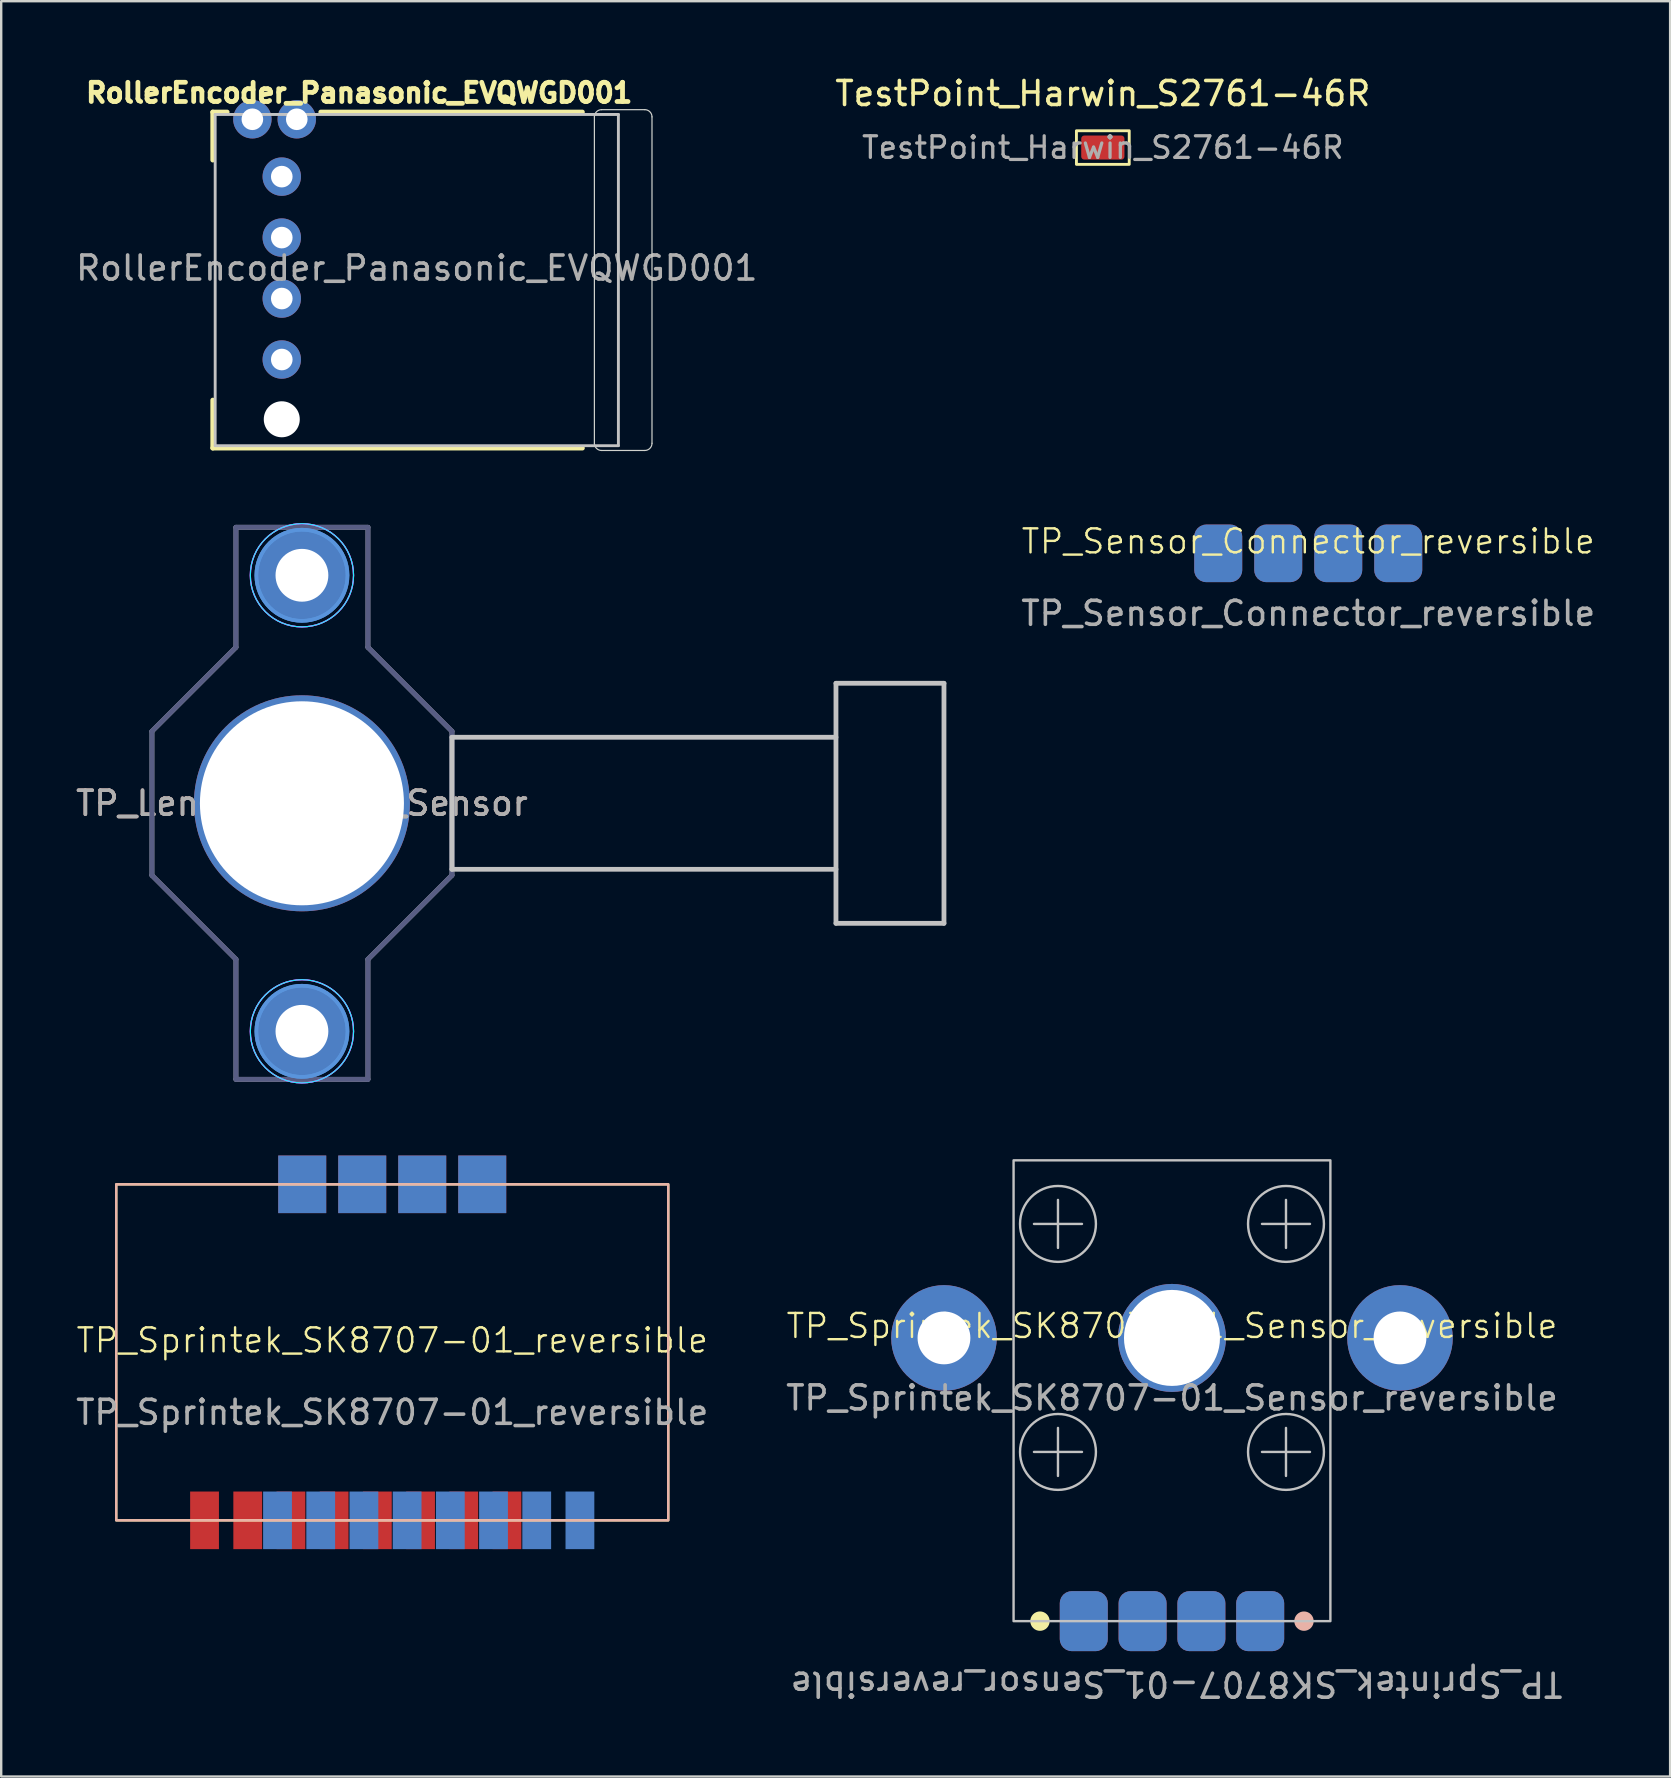
<source format=kicad_pcb>
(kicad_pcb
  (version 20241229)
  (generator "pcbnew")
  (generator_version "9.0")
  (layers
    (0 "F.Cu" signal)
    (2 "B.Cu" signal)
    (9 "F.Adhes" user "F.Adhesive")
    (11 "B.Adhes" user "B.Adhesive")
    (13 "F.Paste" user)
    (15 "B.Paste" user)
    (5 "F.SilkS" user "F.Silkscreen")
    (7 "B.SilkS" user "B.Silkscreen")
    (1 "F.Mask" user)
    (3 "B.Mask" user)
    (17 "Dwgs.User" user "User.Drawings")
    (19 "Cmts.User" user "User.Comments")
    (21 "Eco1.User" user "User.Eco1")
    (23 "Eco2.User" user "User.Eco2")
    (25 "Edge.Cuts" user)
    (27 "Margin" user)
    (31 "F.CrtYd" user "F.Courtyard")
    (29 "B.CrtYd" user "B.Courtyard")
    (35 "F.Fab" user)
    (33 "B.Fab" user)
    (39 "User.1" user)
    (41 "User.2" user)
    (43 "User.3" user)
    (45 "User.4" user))
  (footprint "TP_Sprintek_SK8707-01_Sensor_reversible"
    (layer "F.Cu")
    (at 45.78 52.694)
    (property "Reference" "TP_Sprintek_SK8707-01_Sensor_reversible" (at 0 -0.5 0) (unlocked yes) (layer "F.SilkS") (effects (font (size 1 1) (thickness 0.1))))
    (attr smd)
    (fp_circle (center -5.5 11.8) (end -5.146 11.8) (stroke (width 0.1) (type solid)) (fill yes) (layer "F.SilkS"))
    (fp_circle (center 5.5 11.8) (end 5.854 11.8) (stroke (width 0.1) (type solid)) (fill yes) (layer "B.SilkS"))
    (fp_line (start -5.75 -4.75) (end -3.75 -4.75) (stroke (width 0.1) (type default)) (layer "Dwgs.User"))
    (fp_line (start -5.75 4.75) (end -3.75 4.75) (stroke (width 0.1) (type default)) (layer "Dwgs.User"))
    (fp_line (start -4.75 -5.75) (end -4.75 -3.75) (stroke (width 0.1) (type default)) (layer "Dwgs.User"))
    (fp_line (start -4.75 3.75) (end -4.75 5.75) (stroke (width 0.1) (type default)) (layer "Dwgs.User"))
    (fp_line (start 3.75 -4.75) (end 5.75 -4.75) (stroke (width 0.1) (type default)) (layer "Dwgs.User"))
    (fp_line (start 3.75 4.75) (end 5.75 4.75) (stroke (width 0.1) (type default)) (layer "Dwgs.User"))
    (fp_line (start 4.75 -5.75) (end 4.75 -3.75) (stroke (width 0.1) (type default)) (layer "Dwgs.User"))
    (fp_line (start 4.75 3.75) (end 4.75 5.75) (stroke (width 0.1) (type default)) (layer "Dwgs.User"))
    (fp_rect (start -6.6 -7.4) (end 6.6 11.8) (stroke (width 0.1) (type default)) (fill no) (layer "Dwgs.User"))
    (fp_rect (start -1.2 -1.2) (end 1.2 1.2) (stroke (width 0.1) (type solid)) (fill no) (layer "Dwgs.User"))
    (fp_circle (center -4.75 -4.75) (end -3.25 -5.25) (stroke (width 0.1) (type default)) (fill no) (layer "Dwgs.User"))
    (fp_circle (center -4.75 4.75) (end -3.25 4.25) (stroke (width 0.1) (type default)) (fill no) (layer "Dwgs.User"))
    (fp_circle (center 4.75 -4.75) (end 6.25 -5.25) (stroke (width 0.1) (type default)) (fill no) (layer "Dwgs.User"))
    (fp_circle (center 4.75 4.75) (end 6.25 4.25) (stroke (width 0.1) (type default)) (fill no) (layer "Dwgs.User"))
    (fp_rect (start -11.5 -7.55) (end 11.5 4.75) (stroke (width 0.1) (type default)) (fill no) (layer "User.1"))
    (fp_text user "${REFERENCE}" (at 0 2.5 0) (unlocked yes) (layer "F.Fab") (effects (font (size 1 1) (thickness 0.15))))
    (fp_text user "${REFERENCE}" (at 0.19 14.425 180) (unlocked yes) (layer "F.Fab") (effects (font (size 1 1) (thickness 0.15))))
    (pad "" np_thru_hole circle (at 0 0) (size 4.5 4.5) (drill 4) (layers "*.Cu" "*.Mask"))
    (pad "1" smd roundrect (at -3.675 11.8 270) (size 2.5 2) (layers "F.Cu" "F.Mask" "F.Paste") (roundrect_rratio 0.25))
    (pad "1" smd roundrect (at 3.675 11.8 90) (size 2.5 2) (layers "B.Cu" "B.Mask" "B.Paste") (roundrect_rratio 0.25))
    (pad "2" smd roundrect (at -1.225 11.8 270) (size 2.5 2) (layers "F.Cu" "F.Mask" "F.Paste") (roundrect_rratio 0.25))
    (pad "2" smd roundrect (at 1.225 11.8 90) (size 2.5 2) (layers "B.Cu" "B.Mask" "B.Paste") (roundrect_rratio 0.25))
    (pad "3" smd roundrect (at -1.225 11.8 90) (size 2.5 2) (layers "B.Cu" "B.Mask" "B.Paste") (roundrect_rratio 0.25))
    (pad "3" smd roundrect (at 1.225 11.8 270) (size 2.5 2) (layers "F.Cu" "F.Mask" "F.Paste") (roundrect_rratio 0.25))
    (pad "4" smd roundrect (at -3.675 11.8 90) (size 2.5 2) (layers "B.Cu" "B.Mask" "B.Paste") (roundrect_rratio 0.25))
    (pad "4" smd roundrect (at 3.675 11.8 270) (size 2.5 2) (layers "F.Cu" "F.Mask" "F.Paste") (roundrect_rratio 0.25))
    (pad "MP" thru_hole circle (at -9.5 0) (size 4.4 4.4) (drill 2.2) (layers "*.Cu" "*.Mask"))
    (pad "MP" thru_hole circle (at 9.5 0) (size 4.4 4.4) (drill 2.2) (layers "*.Cu" "*.Mask")))
  (footprint "TP_Sensor_Connector_reversible"
    (layer "F.Cu")
    (at 51.457 20.005)
    (property "Reference" "TP_Sensor_Connector_reversible" (at 0 -0.5 0) (unlocked yes) (layer "F.SilkS") (effects (font (size 1 1) (thickness 0.1))))
    (attr smd)
    (fp_text user "${REFERENCE}" (at 0 2.5 0) (unlocked yes) (layer "F.Fab") (effects (font (size 1 1) (thickness 0.15))))
    (pad "1" smd roundrect (at -3.75 0 270) (size 2.4 2) (layers "F.Cu" "F.Mask" "F.Paste") (roundrect_rratio 0.25))
    (pad "1" smd roundrect (at 3.75 0 90) (size 2.4 2) (layers "B.Cu" "B.Mask" "B.Paste") (roundrect_rratio 0.25))
    (pad "2" smd roundrect (at -1.25 0 270) (size 2.4 2) (layers "F.Cu" "F.Mask" "F.Paste") (roundrect_rratio 0.25))
    (pad "2" smd roundrect (at 1.25 0 90) (size 2.4 2) (layers "B.Cu" "B.Mask" "B.Paste") (roundrect_rratio 0.25))
    (pad "3" smd roundrect (at -1.25 0 90) (size 2.4 2) (layers "B.Cu" "B.Mask" "B.Paste") (roundrect_rratio 0.25))
    (pad "3" smd roundrect (at 1.25 0 270) (size 2.4 2) (layers "F.Cu" "F.Mask" "F.Paste") (roundrect_rratio 0.25))
    (pad "4" smd roundrect (at -3.75 0 90) (size 2.4 2) (layers "B.Cu" "B.Mask" "B.Paste") (roundrect_rratio 0.25))
    (pad "4" smd roundrect (at 3.75 0 270) (size 2.4 2) (layers "F.Cu" "F.Mask" "F.Paste") (roundrect_rratio 0.25)))
  (footprint "TestPoint_Harwin_S2761-46R"
    (layer "F.Cu")
    (at 42.899 3.098)
    (property "Reference" "TestPoint_Harwin_S2761-46R" (at 0 -2.25 0) (layer "F.SilkS") (effects (font (size 1 1) (thickness 0.15))))
    (attr smd)
    (fp_rect (start -1.1 -0.7) (end 1.1 0.7) (stroke (width 0.12) (type solid)) (fill no) (layer "F.SilkS"))
    (fp_text user "${REFERENCE}" (at 0 0 0) (layer "F.Fab") (effects (font (size 0.9 0.9) (thickness 0.135))))
    (pad "1" smd roundrect (at 0 0) (size 1.8 1) (layers "F.Cu" "F.Mask" "F.Paste") (roundrect_rratio 0.125)))
  (footprint "RollerEncoder_Panasonic_EVQWGD001"
    (layer "F.Cu")
    (at 14.315 8.119)
    (property "Reference" "RollerEncoder_Panasonic_EVQWGD001" (at 0 0 0) (layer "F.Fab") (effects (font (size 1 1) (thickness 0.15))))
    (attr through_hole)
    (fp_line (start -8.5 -6.5) (end -8.5 -4.5) (stroke (width 0.2) (type solid)) (layer "F.SilkS"))
    (fp_line (start -8.5 5.5) (end -8.5 7.5) (stroke (width 0.2) (type solid)) (layer "F.SilkS"))
    (fp_line (start -8.5 7.5) (end 6.9 7.5) (stroke (width 0.2) (type solid)) (layer "F.SilkS"))
    (fp_line (start -7.9 -6.5) (end -8.5 -6.5) (stroke (width 0.2) (type solid)) (layer "F.SilkS"))
    (fp_line (start 6.9 -6.5) (end -4 -6.5) (stroke (width 0.2) (type solid)) (layer "F.SilkS"))
    (fp_line (start -8.4 -6.4) (end 8.4 -6.4) (stroke (width 0.12) (type solid)) (layer "Dwgs.User"))
    (fp_line (start -8.4 7.4) (end -8.4 -6.4) (stroke (width 0.12) (type solid)) (layer "Dwgs.User"))
    (fp_line (start 8.4 -6.4) (end 8.4 7.4) (stroke (width 0.12) (type solid)) (layer "Dwgs.User"))
    (fp_line (start 8.4 7.4) (end -8.4 7.4) (stroke (width 0.12) (type solid)) (layer "Dwgs.User"))
    (fp_line (start 7.4 -6.3) (end 7.4 7.3) (stroke (width 0.05) (type solid)) (layer "Edge.Cuts"))
    (fp_line (start 7.7 7.6) (end 9.5 7.6) (stroke (width 0.05) (type solid)) (layer "Edge.Cuts"))
    (fp_line (start 9.5 -6.6) (end 7.7 -6.6) (stroke (width 0.05) (type solid)) (layer "Edge.Cuts"))
    (fp_line (start 9.8 7.3) (end 9.8 -6.3) (stroke (width 0.05) (type solid)) (layer "Edge.Cuts"))
    (fp_arc (start 7.4 -6.3) (mid 7.487868 -6.512132) (end 7.7 -6.6) (stroke (width 0.05) (type solid)) (layer "Edge.Cuts"))
    (fp_arc (start 7.7 7.6) (mid 7.487868 7.512132) (end 7.4 7.3) (stroke (width 0.05) (type solid)) (layer "Edge.Cuts"))
    (fp_arc (start 9.5 -6.6) (mid 9.712132 -6.512132) (end 9.8 -6.3) (stroke (width 0.05) (type solid)) (layer "Edge.Cuts"))
    (fp_arc (start 9.8 7.3) (mid 9.712132 7.512132) (end 9.5 7.6) (stroke (width 0.05) (type solid)) (layer "Edge.Cuts"))
    (fp_text user "${REFERENCE}" (at -2.4 -7.3 0) (layer "F.SilkS") (effects (font (size 0.8 0.8) (thickness 0.2))))
    (pad "" np_thru_hole circle (at -5.625 6.3) (size 1.5 1.5) (drill 1.5) (layers "*.Cu" "*.Mask"))
    (pad "A" thru_hole circle (at -5.625 -3.81) (size 1.6 1.6) (drill 0.9) (layers "*.Cu" "*.Mask"))
    (pad "B" thru_hole circle (at -5.625 -1.27) (size 1.6 1.6) (drill 0.9) (layers "*.Cu" "*.Mask"))
    (pad "C" thru_hole circle (at -5.625 1.27) (size 1.6 1.6) (drill 0.9) (layers "*.Cu" "*.Mask"))
    (pad "D" thru_hole circle (at -5.625 3.81) (size 1.6 1.6) (drill 0.9) (layers "*.Cu" "*.Mask"))
    (pad "S1" thru_hole circle (at -6.85 -6.2) (size 1.6 1.6) (drill 0.9) (layers "*.Cu" "*.Mask"))
    (pad "S2" thru_hole circle (at -5 -6.2) (size 1.6 1.6) (drill 0.9) (layers "*.Cu" "*.Mask")))
  (footprint "TP_Lenovo_T460S_Sensor"
    (layer "F.Cu")
    (at 9.53 30.419)
    (property "Reference" "TP_Lenovo_T460S_Sensor" (at 0 0 0) (layer "B.SilkS") (effects (font (size 1 1) (thickness 0.15))))
    (attr exclude_from_pos_files exclude_from_bom)
    (fp_line (start 6.25 -2.75) (end 6.25 2.75) (stroke (width 0.2) (type solid)) (layer "Dwgs.User"))
    (fp_line (start 22.25 -5) (end 26.75 -5) (stroke (width 0.2) (type default)) (layer "Dwgs.User"))
    (fp_line (start 22.25 -2.75) (end 6.25 -2.75) (stroke (width 0.2) (type solid)) (layer "Dwgs.User"))
    (fp_line (start 22.25 2.75) (end 6.25 2.75) (stroke (width 0.2) (type solid)) (layer "Dwgs.User"))
    (fp_line (start 22.25 5) (end 22.25 -5) (stroke (width 0.2) (type default)) (layer "Dwgs.User"))
    (fp_line (start 26.75 -5) (end 26.75 5) (stroke (width 0.2) (type solid)) (layer "Dwgs.User"))
    (fp_line (start 26.75 5) (end 22.25 5) (stroke (width 0.2) (type default)) (layer "Dwgs.User"))
    (fp_circle (center 0 -9.5) (end -1.9 -9.5) (stroke (width 0.15) (type solid)) (fill no) (layer "Cmts.User"))
    (fp_circle (center 0 -9.5) (end 1.9 -9.5) (stroke (width 0.15) (type solid)) (fill no) (layer "Cmts.User"))
    (fp_circle (center 0 0) (end -3.7 0.000001) (stroke (width 0.15) (type solid)) (fill no) (layer "Cmts.User"))
    (fp_circle (center 0 0) (end -3.7 0.000001) (stroke (width 0.15) (type solid)) (fill no) (layer "Cmts.User"))
    (fp_circle (center 0 9.5) (end -1.9 9.5) (stroke (width 0.15) (type solid)) (fill no) (layer "Cmts.User"))
    (fp_circle (center 0 9.5) (end 1.9 9.5) (stroke (width 0.15) (type solid)) (fill no) (layer "Cmts.User"))
    (fp_circle (center 0 -9.5) (end -2.15 -9.5) (stroke (width 0.05) (type solid)) (fill no) (layer "B.CrtYd"))
    (fp_circle (center 0 0) (end -3.95 0) (stroke (width 0.05) (type solid)) (fill no) (layer "B.CrtYd"))
    (fp_circle (center 0 9.5) (end -2.15 9.5) (stroke (width 0.05) (type solid)) (fill no) (layer "B.CrtYd"))
    (fp_circle (center 0 -9.5) (end -2.15 -9.5) (stroke (width 0.05) (type solid)) (fill no) (layer "F.CrtYd"))
    (fp_circle (center 0 -9.5) (end 2.15 -9.5) (stroke (width 0.05) (type solid)) (fill no) (layer "F.CrtYd"))
    (fp_circle (center 0 0) (end -3.95 0) (stroke (width 0.05) (type solid)) (fill no) (layer "F.CrtYd"))
    (fp_circle (center 0 9.5) (end -2.15 9.5) (stroke (width 0.05) (type solid)) (fill no) (layer "F.CrtYd"))
    (fp_circle (center 0 9.5) (end 2.15 9.5) (stroke (width 0.05) (type solid)) (fill no) (layer "F.CrtYd"))
    (fp_line (start -6.25 3) (end -6.25 -3) (stroke (width 0.2) (type solid)) (layer "B.Fab"))
    (fp_line (start -6.25 -3) (end -2.75 -6.5) (stroke (width 0.2) (type solid)) (layer "B.Fab"))
    (fp_line (start -2.75 -11.5) (end -2.75 -6.5) (stroke (width 0.2) (type solid)) (layer "B.Fab"))
    (fp_line (start -2.75 6.5) (end -6.25 3) (stroke (width 0.2) (type solid)) (layer "B.Fab"))
    (fp_line (start -2.75 6.5) (end -2.75 11.5) (stroke (width 0.2) (type solid)) (layer "B.Fab"))
    (fp_line (start 2.75 -11.5) (end -2.75 -11.5) (stroke (width 0.2) (type solid)) (layer "B.Fab"))
    (fp_line (start 2.75 -11.5) (end 2.75 -6.5) (stroke (width 0.2) (type solid)) (layer "B.Fab"))
    (fp_line (start 2.75 6.5) (end 2.75 11.5) (stroke (width 0.2) (type solid)) (layer "B.Fab"))
    (fp_line (start 2.75 6.5) (end 6.25 3) (stroke (width 0.2) (type solid)) (layer "B.Fab"))
    (fp_line (start 2.75 11.5) (end -2.75 11.5) (stroke (width 0.2) (type solid)) (layer "B.Fab"))
    (fp_line (start 6.25 3) (end 6.25 -3) (stroke (width 0.2) (type solid)) (layer "B.Fab"))
    (fp_line (start 6.25 -3) (end 2.75 -6.5) (stroke (width 0.2) (type solid)) (layer "B.Fab"))
    (fp_line (start -6.25 3) (end -6.25 -3) (stroke (width 0.2) (type solid)) (layer "F.Fab"))
    (fp_line (start -6.25 -3) (end -2.75 -6.5) (stroke (width 0.2) (type solid)) (layer "F.Fab"))
    (fp_line (start -2.75 -11.5) (end -2.75 -6.5) (stroke (width 0.2) (type solid)) (layer "F.Fab"))
    (fp_line (start -2.75 6.5) (end -6.25 3) (stroke (width 0.2) (type solid)) (layer "F.Fab"))
    (fp_line (start -2.75 6.5) (end -2.75 11.5) (stroke (width 0.2) (type solid)) (layer "F.Fab"))
    (fp_line (start 2.75 -11.5) (end -2.75 -11.5) (stroke (width 0.2) (type solid)) (layer "F.Fab"))
    (fp_line (start 2.75 -11.5) (end 2.75 -6.5) (stroke (width 0.2) (type solid)) (layer "F.Fab"))
    (fp_line (start 2.75 6.5) (end 2.75 11.5) (stroke (width 0.2) (type solid)) (layer "F.Fab"))
    (fp_line (start 2.75 6.5) (end 6.25 3) (stroke (width 0.2) (type solid)) (layer "F.Fab"))
    (fp_line (start 2.75 11.5) (end -2.75 11.5) (stroke (width 0.2) (type solid)) (layer "F.Fab"))
    (fp_line (start 6.25 3) (end 6.25 -3) (stroke (width 0.2) (type solid)) (layer "F.Fab"))
    (fp_line (start 6.25 -3) (end 2.75 -6.5) (stroke (width 0.2) (type solid)) (layer "F.Fab"))
    (fp_text user "${REFERENCE}" (at 0 0 0) (layer "F.Fab") (effects (font (size 1 1) (thickness 0.15))))
    (pad "" np_thru_hole circle (at 0 0 180) (size 9 9) (drill 8.5) (layers "*.Cu" "*.Mask"))
    (pad "1" thru_hole circle (at 0 -9.5) (size 3.8 3.8) (drill 2.2) (layers "*.Cu" "*.Mask"))
    (pad "1" thru_hole circle (at 0 9.5) (size 3.8 3.8) (drill 2.2) (layers "*.Cu" "*.Mask")))
  (footprint "TP_Sprintek_SK8707-01_reversible"
    (layer "F.Cu")
    (at 13.292 53.294)
    (property "Reference" "TP_Sprintek_SK8707-01_reversible" (at 0 -0.5 0) (unlocked yes) (layer "F.SilkS") (effects (font (size 1 1) (thickness 0.1))))
    (attr smd)
    (fp_rect (start -11.5 -7) (end 11.5 7) (stroke (width 0.1) (type default)) (fill no) (layer "F.SilkS"))
    (fp_rect (start -11.5 -7) (end 11.5 7) (stroke (width 0.1) (type default)) (fill no) (layer "B.SilkS"))
    (fp_text user "${REFERENCE}" (at 0 2.5 0) (unlocked yes) (layer "F.Fab") (effects (font (size 1 1) (thickness 0.15))))
    (pad "1" smd rect (at -7.82 7) (size 1.2 2.4) (layers "F.Cu" "F.Mask" "F.Paste"))
    (pad "1" smd rect (at 7.82 7) (size 1.2 2.4) (layers "B.Cu" "B.Mask" "B.Paste"))
    (pad "2" smd rect (at -6.02 7) (size 1.2 2.4) (layers "F.Cu" "F.Mask" "F.Paste"))
    (pad "2" smd rect (at 6.02 7) (size 1.2 2.4) (layers "B.Cu" "B.Mask" "B.Paste"))
    (pad "3" smd rect (at -4.22 7) (size 1.2 2.4) (layers "F.Cu" "F.Mask" "F.Paste"))
    (pad "3" smd rect (at 4.22 7) (size 1.2 2.4) (layers "B.Cu" "B.Mask" "B.Paste"))
    (pad "4" smd rect (at -2.42 7) (size 1.2 2.4) (layers "F.Cu" "F.Mask" "F.Paste"))
    (pad "4" smd rect (at 2.42 7) (size 1.2 2.4) (layers "B.Cu" "B.Mask" "B.Paste"))
    (pad "5" smd rect (at -0.62 7) (size 1.2 2.4) (layers "F.Cu" "F.Mask" "F.Paste"))
    (pad "5" smd rect (at 0.62 7) (size 1.2 2.4) (layers "B.Cu" "B.Mask" "B.Paste"))
    (pad "6" smd rect (at -1.18 7) (size 1.2 2.4) (layers "B.Cu" "B.Mask" "B.Paste"))
    (pad "6" smd rect (at 1.18 7) (size 1.2 2.4) (layers "F.Cu" "F.Mask" "F.Paste"))
    (pad "7" smd rect (at -2.98 7) (size 1.2 2.4) (layers "B.Cu" "B.Mask" "B.Paste"))
    (pad "7" smd rect (at 2.98 7) (size 1.2 2.4) (layers "F.Cu" "F.Mask" "F.Paste"))
    (pad "8" smd rect (at -4.78 7) (size 1.2 2.4) (layers "B.Cu" "B.Mask" "B.Paste"))
    (pad "8" smd rect (at 4.78 7) (size 1.2 2.4) (layers "F.Cu" "F.Mask" "F.Paste"))
    (pad "9" smd rect (at -3.75 -7 270) (size 2.4 2) (layers "F.Cu" "F.Mask" "F.Paste"))
    (pad "9" smd rect (at 3.75 -7 90) (size 2.4 2) (layers "B.Cu" "B.Mask" "B.Paste"))
    (pad "10" smd rect (at -1.25 -7 270) (size 2.4 2) (layers "F.Cu" "F.Mask" "F.Paste"))
    (pad "10" smd rect (at 1.25 -7 90) (size 2.4 2) (layers "B.Cu" "B.Mask" "B.Paste"))
    (pad "11" smd rect (at -1.25 -7 90) (size 2.4 2) (layers "B.Cu" "B.Mask" "B.Paste"))
    (pad "11" smd rect (at 1.25 -7 270) (size 2.4 2) (layers "F.Cu" "F.Mask" "F.Paste"))
    (pad "12" smd rect (at -3.75 -7 90) (size 2.4 2) (layers "B.Cu" "B.Mask" "B.Paste"))
    (pad "12" smd rect (at 3.75 -7 270) (size 2.4 2) (layers "F.Cu" "F.Mask" "F.Paste")))
  (gr_rect
    (start -3 -3)
    (end 66.535 70.967)
    (stroke (width 0.1) (type default))
    (fill no)
    (layer "Edge.Cuts")))
</source>
